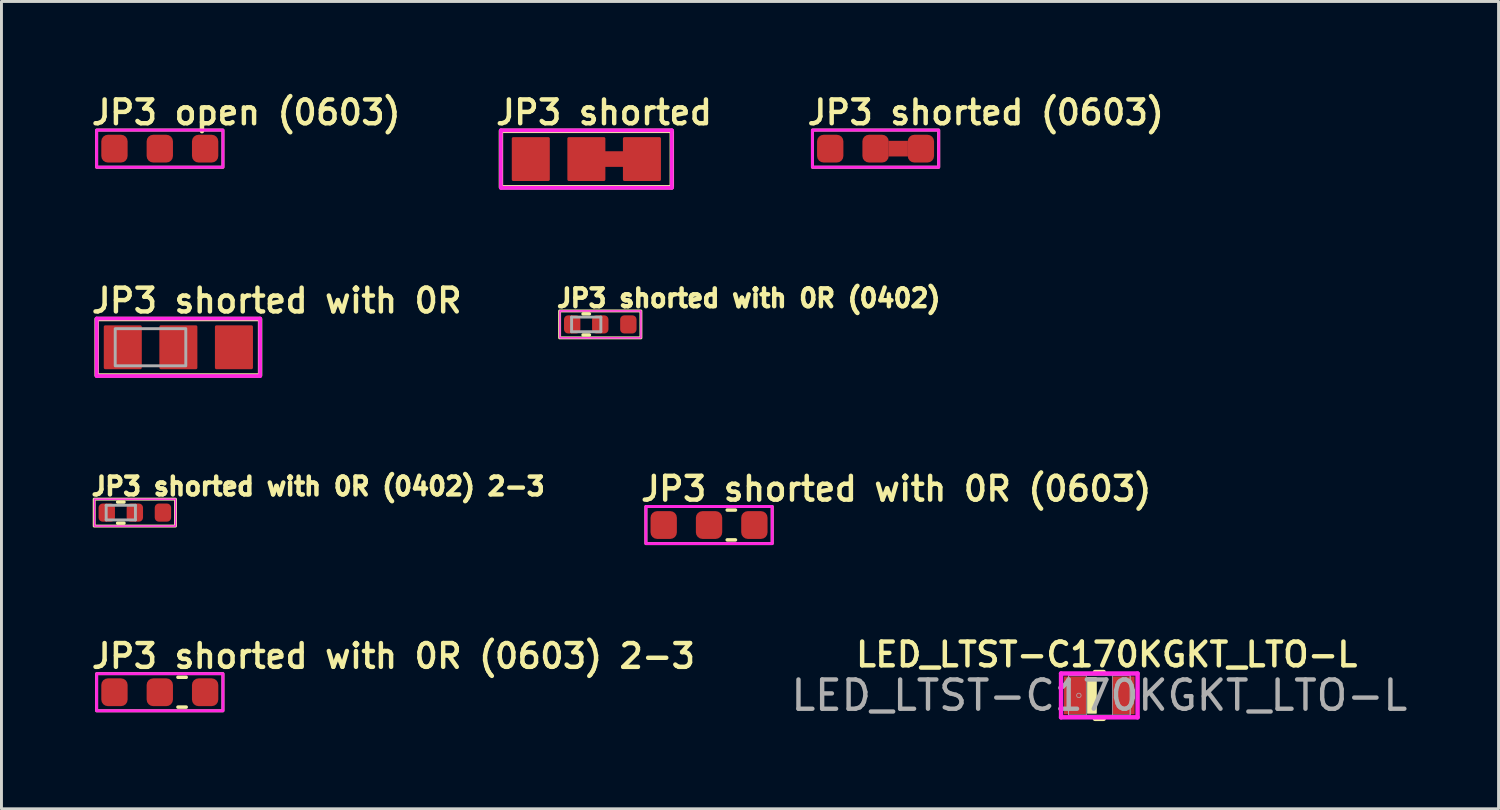
<source format=kicad_pcb>
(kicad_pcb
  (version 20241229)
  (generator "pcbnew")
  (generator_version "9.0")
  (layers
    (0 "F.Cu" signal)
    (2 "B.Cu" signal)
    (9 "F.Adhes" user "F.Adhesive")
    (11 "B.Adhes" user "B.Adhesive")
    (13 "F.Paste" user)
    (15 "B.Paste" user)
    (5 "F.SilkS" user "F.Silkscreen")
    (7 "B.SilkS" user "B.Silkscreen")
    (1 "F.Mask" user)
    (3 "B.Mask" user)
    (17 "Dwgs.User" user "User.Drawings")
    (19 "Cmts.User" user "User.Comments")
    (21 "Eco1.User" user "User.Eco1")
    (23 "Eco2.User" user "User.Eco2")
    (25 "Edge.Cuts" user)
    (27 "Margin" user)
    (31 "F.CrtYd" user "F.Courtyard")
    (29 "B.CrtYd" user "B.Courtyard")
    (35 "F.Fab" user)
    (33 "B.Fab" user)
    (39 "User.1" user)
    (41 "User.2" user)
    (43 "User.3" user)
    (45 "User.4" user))
  (footprint "JP3 shorted with 0R (0603)"
    (layer "F.Cu")
    (at 21.961 14.9)
    (property "Reference" "JP3 shorted with 0R (0603)" (at -3.183 -0.762 180) (layer "F.SilkS") (effects (font (size 0.813 0.813) (thickness 0.152) (bold yes)) (justify left bottom)))
    (attr smd)
    (fp_line (start 0.133 -0.512) (end -0.149 -0.512) (stroke (width 0.12) (type solid)) (layer "F.SilkS"))
    (fp_line (start 0.133 0.508) (end -0.149 0.508) (stroke (width 0.12) (type solid)) (layer "F.SilkS"))
    (fp_rect (start -2.929 -0.635) (end 1.389 0.635) (stroke (width 0.1) (type default)) (fill no) (layer "F.SilkS"))
    (fp_rect (start -2.929 -0.635) (end 1.389 0.635) (stroke (width 0.1) (type default)) (fill no) (layer "F.CrtYd"))
    (pad "1" smd roundrect (at 0.78 0) (size 0.9 0.95) (layers "F.Cu" "F.Mask" "F.Paste") (roundrect_rratio 0.25))
    (pad "2" smd roundrect (at -0.77 0) (size 0.9 0.95) (layers "F.Cu" "F.Mask" "F.Paste") (roundrect_rratio 0.25))
    (pad "3" smd roundrect (at -2.32 0) (size 0.9 0.95) (layers "F.Cu" "F.Mask" "F.Paste") (roundrect_rratio 0.25)))
  (footprint "JP3 shorted with 0R (0402) 2-3"
    (layer "F.Cu")
    (at 1.08 14.475)
    (property "Reference" "JP3 shorted with 0R (0402) 2-3" (at -1.08 -0.54 180) (layer "F.SilkS") (effects (font (size 0.61 0.61) (thickness 0.152) (bold yes)) (justify left bottom)))
    (attr smd)
    (fp_line (start -0.108 -0.36) (end 0.108 -0.36) (stroke (width 0.12) (type solid)) (layer "F.SilkS"))
    (fp_line (start -0.108 0.36) (end 0.108 0.36) (stroke (width 0.12) (type solid)) (layer "F.SilkS"))
    (fp_rect (start -0.91 -0.46) (end 1.87 0.46) (stroke (width 0.1) (type default)) (fill no) (layer "F.SilkS"))
    (fp_rect (start -0.9 -0.46) (end 1.87 0.46) (stroke (width 0.05) (type default)) (fill no) (layer "F.CrtYd"))
    (fp_line (start -0.5 -0.25) (end 0.5 -0.25) (stroke (width 0.1) (type solid)) (layer "F.Fab"))
    (fp_line (start -0.5 0.25) (end -0.5 -0.25) (stroke (width 0.1) (type solid)) (layer "F.Fab"))
    (fp_line (start 0.5 -0.25) (end 0.5 0.25) (stroke (width 0.1) (type solid)) (layer "F.Fab"))
    (fp_line (start 0.5 0.25) (end -0.5 0.25) (stroke (width 0.1) (type solid)) (layer "F.Fab"))
    (pad "1" smd roundrect (at 1.44 0) (size 0.56 0.62) (layers "F.Cu" "F.Mask" "F.Paste") (roundrect_rratio 0.25))
    (pad "2" smd roundrect (at 0.48 0) (size 0.56 0.62) (layers "F.Cu" "F.Mask" "F.Paste") (roundrect_rratio 0.25))
    (pad "3" smd roundrect (at -0.48 0) (size 0.56 0.62) (layers "F.Cu" "F.Mask" "F.Paste") (roundrect_rratio 0.25)))
  (footprint "JP3 open (0603)"
    (layer "F.Cu")
    (at 2.413 2.032)
    (property "Reference" "JP3 open (0603)" (at -2.413 -0.762 180) (layer "F.SilkS") (effects (font (size 0.813 0.813) (thickness 0.152) (bold yes)) (justify left bottom)))
    (attr smd)
    (fp_rect (start -2.159 -0.635) (end 2.159 0.635) (stroke (width 0.1) (type default)) (fill no) (layer "F.SilkS"))
    (fp_rect (start -2.159 -0.635) (end 2.159 0.635) (stroke (width 0.1) (type default)) (fill no) (layer "F.CrtYd"))
    (pad "1" smd roundrect (at -1.55 0) (size 0.9 0.95) (layers "F.Cu" "F.Mask" "F.Paste") (roundrect_rratio 0.25))
    (pad "2" smd roundrect (at 0 0) (size 0.9 0.95) (layers "F.Cu" "F.Mask" "F.Paste") (roundrect_rratio 0.25))
    (pad "3" smd roundrect (at 1.55 0) (size 0.9 0.95) (layers "F.Cu" "F.Mask" "F.Paste") (roundrect_rratio 0.25)))
  (footprint "JP3 shorted (0603)"
    (layer "F.Cu")
    (at 27.654 2.032)
    (property "Reference" "JP3 shorted (0603)" (at -3.183 -0.762 180) (layer "F.SilkS") (effects (font (size 0.813 0.813) (thickness 0.152) (bold yes)) (justify left bottom)))
    (attr smd)
    (fp_poly (pts (xy 0.335 0.267) (xy -0.325 0.267) (xy -0.325 -0.267) (xy 0.335 -0.267)) (stroke (width 0) (type default)) (fill yes) (layer "F.Cu"))
    (fp_rect (start -2.929 -0.635) (end 1.389 0.635) (stroke (width 0.1) (type default)) (fill no) (layer "F.SilkS"))
    (fp_rect (start -2.929 -0.635) (end 1.389 0.635) (stroke (width 0.1) (type default)) (fill no) (layer "F.CrtYd"))
    (pad "COM" smd roundrect (at -0.77 0) (size 0.9 0.95) (layers "F.Cu" "F.Mask" "F.Paste") (roundrect_rratio 0.25))
    (pad "NC" smd roundrect (at 0.78 0) (size 0.9 0.95) (layers "F.Cu" "F.Mask" "F.Paste") (roundrect_rratio 0.25))
    (pad "NO" smd roundrect (at -2.32 0) (size 0.9 0.95) (layers "F.Cu" "F.Mask" "F.Paste") (roundrect_rratio 0.25)))
  (footprint "JP3 shorted with 0R"
    (layer "F.Cu")
    (at 3.048 8.822)
    (property "Reference" "JP3 shorted with 0R" (at -3.048 -1.118 180) (layer "F.SilkS") (effects (font (size 0.813 0.813) (thickness 0.152) (bold yes)) (justify left bottom)))
    (attr exclude_from_pos_files exclude_from_bom)
    (fp_rect (start -2.794 -0.965) (end 2.794 0.965) (stroke (width 0.152) (type default)) (fill no) (layer "F.SilkS"))
    (fp_line (start -2.794 -0.983) (end 2.794 -0.983) (stroke (width 0.127) (type solid)) (layer "F.CrtYd"))
    (fp_line (start -2.794 0.983) (end -2.794 -0.983) (stroke (width 0.127) (type solid)) (layer "F.CrtYd"))
    (fp_line (start 2.794 -0.983) (end 2.794 0.983) (stroke (width 0.127) (type solid)) (layer "F.CrtYd"))
    (fp_line (start 2.794 0.983) (end -2.794 0.983) (stroke (width 0.127) (type solid)) (layer "F.CrtYd"))
    (fp_rect (start -2.159 -0.635) (end 0.254 0.635) (stroke (width 0.1) (type default)) (fill no) (layer "F.Fab"))
    (pad "1" smd roundrect (at -1.9 0) (size 1.3 1.5) (layers "F.Cu" "F.Mask") (roundrect_rratio 0.039))
    (pad "2" smd roundrect (at 0 0) (size 1.3 1.5) (layers "F.Cu" "F.Mask") (roundrect_rratio 0.039))
    (pad "3" smd roundrect (at 1.9 0) (size 1.3 1.5) (layers "F.Cu" "F.Mask") (roundrect_rratio 0.039)))
  (footprint "JP3 shorted with 0R (0603) 2-3"
    (layer "F.Cu")
    (at 3.183 20.617)
    (property "Reference" "JP3 shorted with 0R (0603) 2-3" (at -3.183 -0.762 180) (layer "F.SilkS") (effects (font (size 0.813 0.813) (thickness 0.152) (bold yes)) (justify left bottom)))
    (attr smd)
    (fp_line (start 0.133 -0.512) (end -0.149 -0.512) (stroke (width 0.12) (type solid)) (layer "F.SilkS"))
    (fp_line (start 0.133 0.508) (end -0.149 0.508) (stroke (width 0.12) (type solid)) (layer "F.SilkS"))
    (fp_rect (start -2.929 -0.635) (end 1.389 0.635) (stroke (width 0.1) (type default)) (fill no) (layer "F.SilkS"))
    (fp_rect (start -2.929 -0.635) (end 1.389 0.635) (stroke (width 0.1) (type default)) (fill no) (layer "F.CrtYd"))
    (pad "1" smd roundrect (at -2.32 0) (size 0.9 0.95) (layers "F.Cu" "F.Mask" "F.Paste") (roundrect_rratio 0.25))
    (pad "2" smd roundrect (at -0.77 0) (size 0.9 0.95) (layers "F.Cu" "F.Mask" "F.Paste") (roundrect_rratio 0.25))
    (pad "3" smd roundrect (at 0.78 0) (size 0.9 0.95) (layers "F.Cu" "F.Mask" "F.Paste") (roundrect_rratio 0.25)))
  (footprint "JP3 shorted with 0R (0402)"
    (layer "F.Cu")
    (at 16.992 8.041)
    (property "Reference" "JP3 shorted with 0R (0402)" (at -1.08 -0.54 180) (layer "F.SilkS") (effects (font (size 0.61 0.61) (thickness 0.152) (bold yes)) (justify left bottom)))
    (attr smd)
    (fp_line (start -0.108 -0.36) (end 0.108 -0.36) (stroke (width 0.12) (type solid)) (layer "F.SilkS"))
    (fp_line (start -0.108 0.36) (end 0.108 0.36) (stroke (width 0.12) (type solid)) (layer "F.SilkS"))
    (fp_rect (start -0.91 -0.46) (end 1.87 0.46) (stroke (width 0.1) (type default)) (fill no) (layer "F.SilkS"))
    (fp_rect (start -0.9 -0.46) (end 1.87 0.46) (stroke (width 0.05) (type default)) (fill no) (layer "F.CrtYd"))
    (fp_line (start -0.5 -0.25) (end 0.5 -0.25) (stroke (width 0.1) (type solid)) (layer "F.Fab"))
    (fp_line (start -0.5 0.25) (end -0.5 -0.25) (stroke (width 0.1) (type solid)) (layer "F.Fab"))
    (fp_line (start 0.5 -0.25) (end 0.5 0.25) (stroke (width 0.1) (type solid)) (layer "F.Fab"))
    (fp_line (start 0.5 0.25) (end -0.5 0.25) (stroke (width 0.1) (type solid)) (layer "F.Fab"))
    (pad "1" smd roundrect (at -0.48 0) (size 0.56 0.62) (layers "F.Cu" "F.Mask" "F.Paste") (roundrect_rratio 0.25))
    (pad "2" smd roundrect (at 0.48 0) (size 0.56 0.62) (layers "F.Cu" "F.Mask" "F.Paste") (roundrect_rratio 0.25))
    (pad "3" smd roundrect (at 1.44 0) (size 0.56 0.62) (layers "F.Cu" "F.Mask" "F.Paste") (roundrect_rratio 0.25)))
  (footprint "LED_LTST-C170KGKT_LTO-L"
    (layer "F.Cu")
    (at 34.534 20.725)
    (property "Reference" "LED_LTST-C170KGKT_LTO-L" (at 0.254 -1.397 0) (unlocked yes) (layer "F.SilkS") (effects (font (size 0.813 0.813) (thickness 0.152) (bold yes))))
    (attr smd)
    (fp_line (start -0.149 0.8) (end 0.149 0.8) (stroke (width 0.152) (type solid)) (layer "F.SilkS"))
    (fp_line (start 0.149 -0.8) (end -0.149 -0.8) (stroke (width 0.152) (type solid)) (layer "F.SilkS"))
    (fp_rect (start -0.406 -0.61) (end -0.102 0.61) (stroke (width 0.025) (type solid)) (fill yes) (layer "F.SilkS"))
    (fp_line (start -1.308 -0.749) (end 1.308 -0.749) (stroke (width 0.152) (type solid)) (layer "F.CrtYd"))
    (fp_line (start -1.308 0.749) (end -1.308 -0.749) (stroke (width 0.152) (type solid)) (layer "F.CrtYd"))
    (fp_line (start 1.308 -0.749) (end 1.308 0.749) (stroke (width 0.152) (type solid)) (layer "F.CrtYd"))
    (fp_line (start 1.308 0.749) (end -1.308 0.749) (stroke (width 0.152) (type solid)) (layer "F.CrtYd"))
    (fp_line (start -1.054 -0.673) (end -1.054 0.673) (stroke (width 0.025) (type solid)) (layer "F.Fab"))
    (fp_line (start -1.054 -0.673) (end -1.054 0.673) (stroke (width 0.025) (type solid)) (layer "F.Fab"))
    (fp_line (start -1.054 0.673) (end -0.445 0.673) (stroke (width 0.025) (type solid)) (layer "F.Fab"))
    (fp_line (start -1.054 0.673) (end 1.054 0.673) (stroke (width 0.025) (type solid)) (layer "F.Fab"))
    (fp_line (start -0.445 -0.673) (end -1.054 -0.673) (stroke (width 0.025) (type solid)) (layer "F.Fab"))
    (fp_line (start -0.445 0.673) (end -0.445 -0.673) (stroke (width 0.025) (type solid)) (layer "F.Fab"))
    (fp_line (start 0.445 -0.673) (end 0.445 0.673) (stroke (width 0.025) (type solid)) (layer "F.Fab"))
    (fp_line (start 0.445 0.673) (end 1.054 0.673) (stroke (width 0.025) (type solid)) (layer "F.Fab"))
    (fp_line (start 1.054 -0.673) (end -1.054 -0.673) (stroke (width 0.025) (type solid)) (layer "F.Fab"))
    (fp_line (start 1.054 -0.673) (end 0.445 -0.673) (stroke (width 0.025) (type solid)) (layer "F.Fab"))
    (fp_line (start 1.054 0.673) (end 1.054 -0.673) (stroke (width 0.025) (type solid)) (layer "F.Fab"))
    (fp_line (start 1.054 0.673) (end 1.054 -0.673) (stroke (width 0.025) (type solid)) (layer "F.Fab"))
    (fp_circle (center -0.699 0) (end -0.622 0) (stroke (width 0.025) (type solid)) (fill no) (layer "F.Fab"))
    (fp_text user "${REFERENCE}" (at 0 0 0) (unlocked yes) (layer "F.Fab") (effects (font (size 1 1) (thickness 0.15))))
    (pad "A" smd rect (at 0.826 0) (size 0.762 1.295) (layers "F.Cu" "F.Mask" "F.Paste"))
    (pad "C" smd rect (at -0.826 0) (size 0.762 1.295) (layers "F.Cu" "F.Mask" "F.Paste")))
  (footprint "JP3 shorted"
    (layer "F.Cu")
    (at 16.997 2.388)
    (property "Reference" "JP3 shorted" (at -3.175 -1.118 180) (layer "F.SilkS") (effects (font (size 0.813 0.813) (thickness 0.152) (bold yes)) (justify left bottom)))
    (attr exclude_from_pos_files exclude_from_bom)
    (fp_poly (pts (xy 1.285 0.267) (xy 0.625 0.267) (xy 0.625 -0.267) (xy 1.285 -0.267)) (stroke (width 0) (type default)) (fill yes) (layer "F.Cu"))
    (fp_rect (start -2.921 -0.965) (end 2.921 0.965) (stroke (width 0.152) (type default)) (fill no) (layer "F.SilkS"))
    (fp_line (start -2.923 -0.983) (end 2.923 -0.983) (stroke (width 0.127) (type solid)) (layer "F.CrtYd"))
    (fp_line (start -2.923 0.983) (end -2.923 -0.983) (stroke (width 0.127) (type solid)) (layer "F.CrtYd"))
    (fp_line (start 2.923 -0.983) (end 2.923 0.983) (stroke (width 0.127) (type solid)) (layer "F.CrtYd"))
    (fp_line (start 2.923 0.983) (end -2.923 0.983) (stroke (width 0.127) (type solid)) (layer "F.CrtYd"))
    (pad "COM" smd roundrect (at 0 0) (size 1.3 1.5) (layers "F.Cu" "F.Mask") (roundrect_rratio 0.039))
    (pad "NC" smd roundrect (at 1.9 0) (size 1.3 1.5) (layers "F.Cu" "F.Mask") (roundrect_rratio 0.039))
    (pad "NO" smd roundrect (at -1.9 0) (size 1.3 1.5) (layers "F.Cu" "F.Mask") (roundrect_rratio 0.039)))
  (gr_rect
    (start -3 -3)
    (end 48.183 24.601)
    (stroke (width 0.1) (type default))
    (fill no)
    (layer "Edge.Cuts")))
</source>
